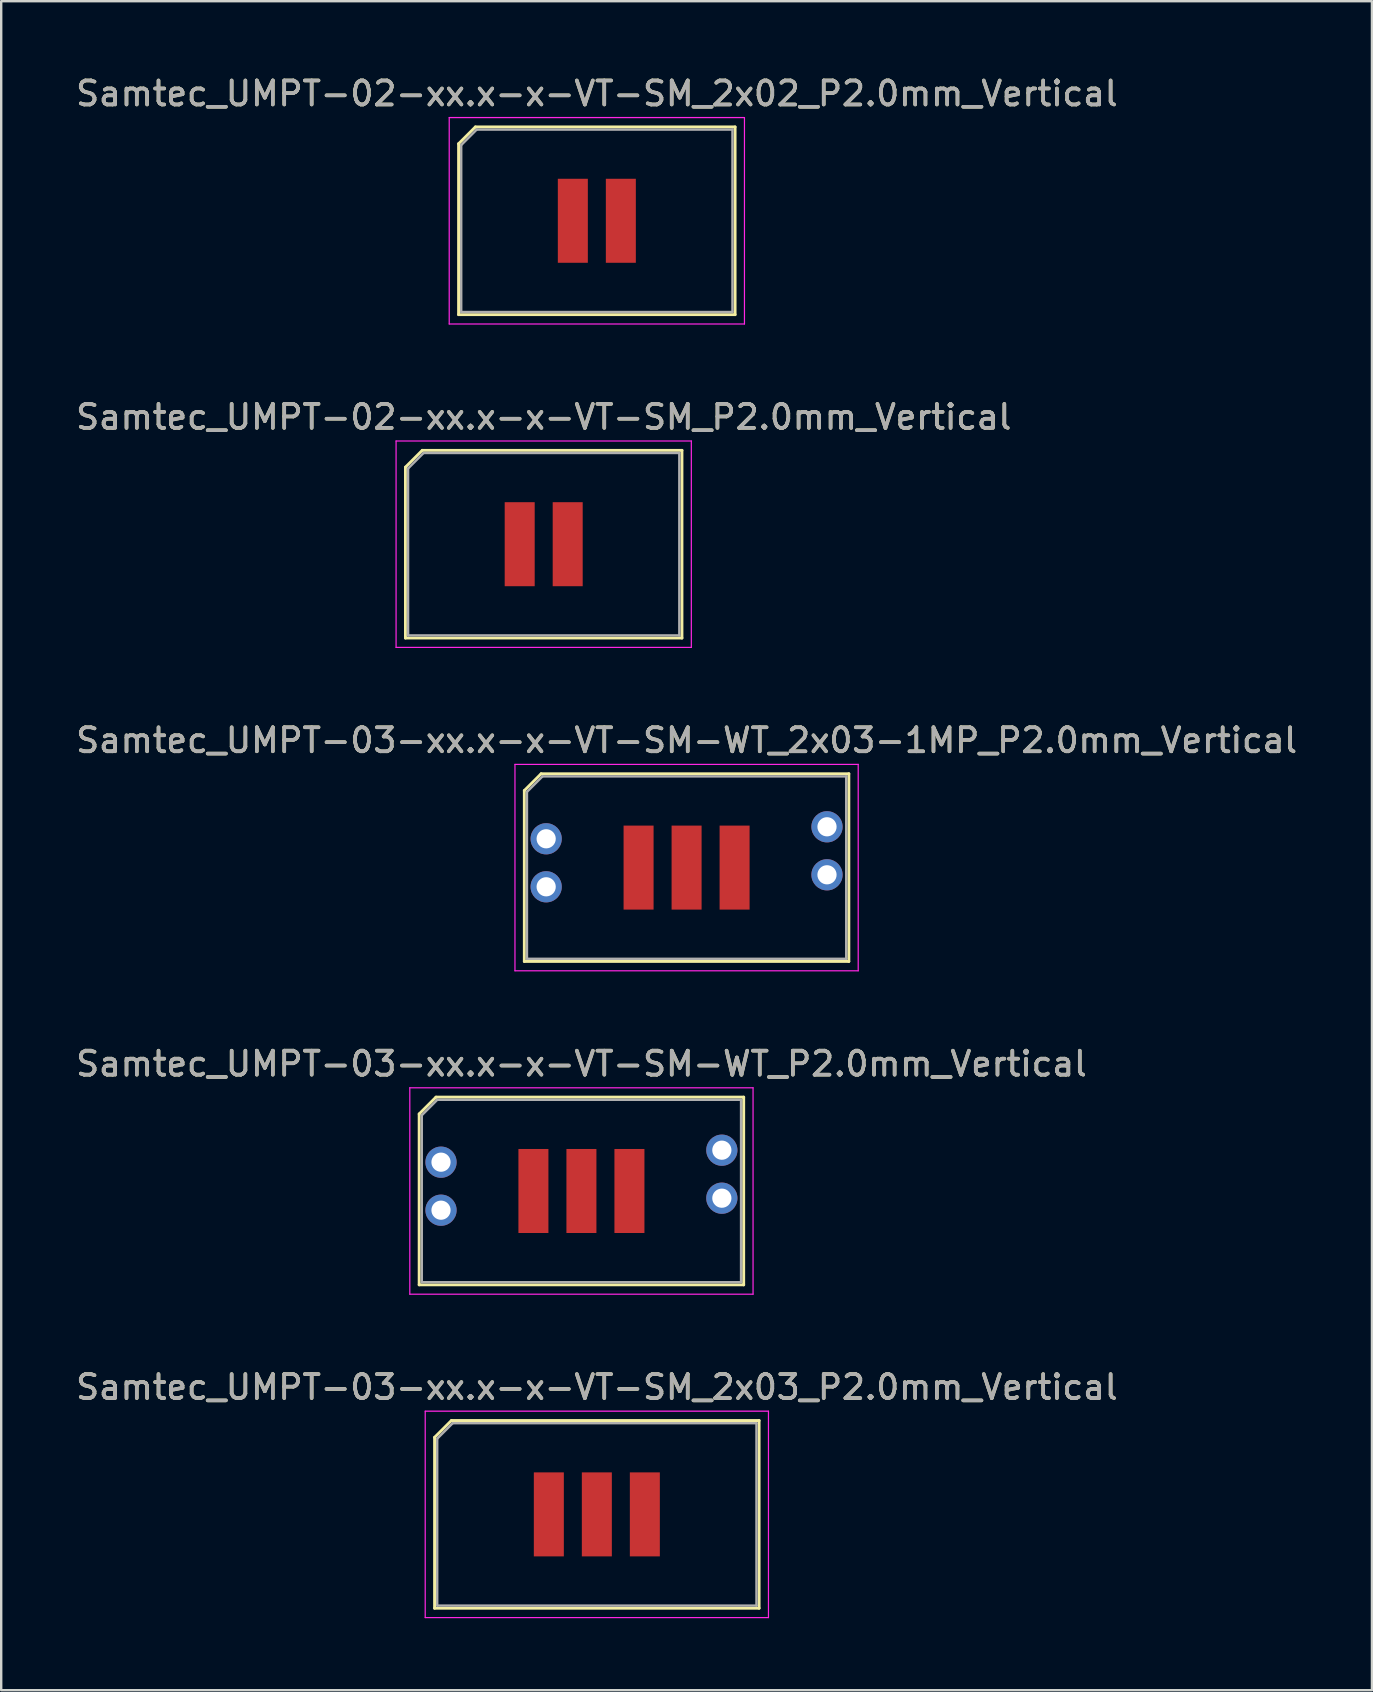
<source format=kicad_pcb>
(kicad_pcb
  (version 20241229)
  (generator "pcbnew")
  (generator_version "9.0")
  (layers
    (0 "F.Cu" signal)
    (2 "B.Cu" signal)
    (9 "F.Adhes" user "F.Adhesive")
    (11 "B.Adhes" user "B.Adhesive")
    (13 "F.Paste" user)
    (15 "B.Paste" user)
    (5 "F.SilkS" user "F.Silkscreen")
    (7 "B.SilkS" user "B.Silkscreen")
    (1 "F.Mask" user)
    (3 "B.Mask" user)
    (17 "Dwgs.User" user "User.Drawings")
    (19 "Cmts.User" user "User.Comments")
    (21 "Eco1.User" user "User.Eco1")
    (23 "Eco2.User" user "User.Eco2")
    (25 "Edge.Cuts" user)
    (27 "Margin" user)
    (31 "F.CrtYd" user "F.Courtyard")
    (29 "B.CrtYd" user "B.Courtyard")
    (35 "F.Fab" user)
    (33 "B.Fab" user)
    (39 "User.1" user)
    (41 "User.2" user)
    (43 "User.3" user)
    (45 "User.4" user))
  (footprint "Samtec_UMPT-03-xx.x-x-VT-SM_2x03_P2.0mm_Vertical"
    (layer "F.Cu")
    (at 21.815 60.041)
    (property "Reference" "Samtec_UMPT-03-xx.x-x-VT-SM_2x03_P2.0mm_Vertical" (at 0 -5.3 0) (layer "F.SilkS") (effects (font (size 1 1) (thickness 0.15))))
    (attr smd)
    (fp_line (start -6.76 -3.209) (end -6.76 3.91) (stroke (width 0.12) (type solid)) (layer "F.SilkS"))
    (fp_line (start -6.76 3.91) (end 6.76 3.91) (stroke (width 0.12) (type solid)) (layer "F.SilkS"))
    (fp_line (start -6.059 -3.91) (end -6.76 -3.209) (stroke (width 0.12) (type solid)) (layer "F.SilkS"))
    (fp_line (start 6.76 -3.91) (end -6.059 -3.91) (stroke (width 0.12) (type solid)) (layer "F.SilkS"))
    (fp_line (start 6.76 3.91) (end 6.76 -3.91) (stroke (width 0.12) (type solid)) (layer "F.SilkS"))
    (fp_line (start -7.15 -4.3) (end -7.15 4.3) (stroke (width 0.05) (type solid)) (layer "F.CrtYd"))
    (fp_line (start -7.15 4.3) (end 7.15 4.3) (stroke (width 0.05) (type solid)) (layer "F.CrtYd"))
    (fp_line (start 7.15 -4.3) (end -7.15 -4.3) (stroke (width 0.05) (type solid)) (layer "F.CrtYd"))
    (fp_line (start 7.15 4.3) (end 7.15 -4.3) (stroke (width 0.05) (type solid)) (layer "F.CrtYd"))
    (fp_line (start -6.65 -3.154) (end -6.65 3.8) (stroke (width 0.1) (type solid)) (layer "F.Fab"))
    (fp_line (start -6.65 3.8) (end 6.65 3.8) (stroke (width 0.1) (type solid)) (layer "F.Fab"))
    (fp_line (start -6.004 -3.8) (end -6.65 -3.154) (stroke (width 0.1) (type solid)) (layer "F.Fab"))
    (fp_line (start 6.65 -3.8) (end -6.004 -3.8) (stroke (width 0.1) (type solid)) (layer "F.Fab"))
    (fp_line (start 6.65 3.8) (end 6.65 -3.8) (stroke (width 0.1) (type solid)) (layer "F.Fab"))
    (fp_text user "${REFERENCE}" (at 0 -5.3 0) (layer "F.Fab") (effects (font (size 1 1) (thickness 0.15))))
    (pad "1" smd rect (at -2 0) (size 1.25 3.5) (layers "F.Cu" "F.Mask" "F.Paste"))
    (pad "2" smd rect (at 0 0) (size 1.25 3.5) (layers "F.Cu" "F.Mask" "F.Paste"))
    (pad "3" smd rect (at 2 0) (size 1.25 3.5) (layers "F.Cu" "F.Mask" "F.Paste")))
  (footprint "Samtec_UMPT-02-xx.x-x-VT-SM_2x02_P2.0mm_Vertical"
    (layer "F.Cu")
    (at 21.815 6.148)
    (property "Reference" "Samtec_UMPT-02-xx.x-x-VT-SM_2x02_P2.0mm_Vertical" (at 0 -5.3 0) (layer "F.SilkS") (effects (font (size 1 1) (thickness 0.15))))
    (attr smd)
    (fp_line (start -5.76 -3.209) (end -5.76 3.91) (stroke (width 0.12) (type solid)) (layer "F.SilkS"))
    (fp_line (start -5.76 3.91) (end 5.76 3.91) (stroke (width 0.12) (type solid)) (layer "F.SilkS"))
    (fp_line (start -5.059 -3.91) (end -5.76 -3.209) (stroke (width 0.12) (type solid)) (layer "F.SilkS"))
    (fp_line (start 5.76 -3.91) (end -5.059 -3.91) (stroke (width 0.12) (type solid)) (layer "F.SilkS"))
    (fp_line (start 5.76 3.91) (end 5.76 -3.91) (stroke (width 0.12) (type solid)) (layer "F.SilkS"))
    (fp_line (start -6.15 -4.3) (end -6.15 4.3) (stroke (width 0.05) (type solid)) (layer "F.CrtYd"))
    (fp_line (start -6.15 4.3) (end 6.15 4.3) (stroke (width 0.05) (type solid)) (layer "F.CrtYd"))
    (fp_line (start 6.15 -4.3) (end -6.15 -4.3) (stroke (width 0.05) (type solid)) (layer "F.CrtYd"))
    (fp_line (start 6.15 4.3) (end 6.15 -4.3) (stroke (width 0.05) (type solid)) (layer "F.CrtYd"))
    (fp_line (start -5.65 -3.154) (end -5.65 3.8) (stroke (width 0.1) (type solid)) (layer "F.Fab"))
    (fp_line (start -5.65 3.8) (end 5.65 3.8) (stroke (width 0.1) (type solid)) (layer "F.Fab"))
    (fp_line (start -5.004 -3.8) (end -5.65 -3.154) (stroke (width 0.1) (type solid)) (layer "F.Fab"))
    (fp_line (start 5.65 -3.8) (end -5.004 -3.8) (stroke (width 0.1) (type solid)) (layer "F.Fab"))
    (fp_line (start 5.65 3.8) (end 5.65 -3.8) (stroke (width 0.1) (type solid)) (layer "F.Fab"))
    (fp_text user "${REFERENCE}" (at 0 -5.3 0) (layer "F.Fab") (effects (font (size 1 1) (thickness 0.15))))
    (pad "1" smd rect (at -1 0) (size 1.25 3.5) (layers "F.Cu" "F.Mask" "F.Paste"))
    (pad "2" smd rect (at 1 0) (size 1.25 3.5) (layers "F.Cu" "F.Mask" "F.Paste")))
  (footprint "Samtec_UMPT-03-xx.x-x-VT-SM-WT_2x03-1MP_P2.0mm_Vertical"
    (layer "F.Cu")
    (at 25.554 33.095)
    (property "Reference" "Samtec_UMPT-03-xx.x-x-VT-SM-WT_2x03-1MP_P2.0mm_Vertical" (at 0 -5.3 0) (layer "F.SilkS") (effects (font (size 1 1) (thickness 0.15))))
    (attr smd)
    (fp_line (start -6.76 -3.209) (end -6.76 3.91) (stroke (width 0.12) (type solid)) (layer "F.SilkS"))
    (fp_line (start -6.76 3.91) (end 6.76 3.91) (stroke (width 0.12) (type solid)) (layer "F.SilkS"))
    (fp_line (start -6.059 -3.91) (end -6.76 -3.209) (stroke (width 0.12) (type solid)) (layer "F.SilkS"))
    (fp_line (start 6.76 -3.91) (end -6.059 -3.91) (stroke (width 0.12) (type solid)) (layer "F.SilkS"))
    (fp_line (start 6.76 3.91) (end 6.76 -3.91) (stroke (width 0.12) (type solid)) (layer "F.SilkS"))
    (fp_line (start -7.15 -4.3) (end -7.15 4.3) (stroke (width 0.05) (type solid)) (layer "F.CrtYd"))
    (fp_line (start -7.15 4.3) (end 7.15 4.3) (stroke (width 0.05) (type solid)) (layer "F.CrtYd"))
    (fp_line (start 7.15 -4.3) (end -7.15 -4.3) (stroke (width 0.05) (type solid)) (layer "F.CrtYd"))
    (fp_line (start 7.15 4.3) (end 7.15 -4.3) (stroke (width 0.05) (type solid)) (layer "F.CrtYd"))
    (fp_line (start -6.65 -3.154) (end -6.65 3.8) (stroke (width 0.1) (type solid)) (layer "F.Fab"))
    (fp_line (start -6.65 3.8) (end 6.65 3.8) (stroke (width 0.1) (type solid)) (layer "F.Fab"))
    (fp_line (start -6.004 -3.8) (end -6.65 -3.154) (stroke (width 0.1) (type solid)) (layer "F.Fab"))
    (fp_line (start 6.65 -3.8) (end -6.004 -3.8) (stroke (width 0.1) (type solid)) (layer "F.Fab"))
    (fp_line (start 6.65 3.8) (end 6.65 -3.8) (stroke (width 0.1) (type solid)) (layer "F.Fab"))
    (fp_text user "${REFERENCE}" (at 0 -5.3 0) (layer "F.Fab") (effects (font (size 1 1) (thickness 0.15))))
    (pad "1" smd rect (at -2 0) (size 1.25 3.5) (layers "F.Cu" "F.Mask" "F.Paste"))
    (pad "2" smd rect (at 0 0) (size 1.25 3.5) (layers "F.Cu" "F.Mask" "F.Paste"))
    (pad "3" smd rect (at 2 0) (size 1.25 3.5) (layers "F.Cu" "F.Mask" "F.Paste"))
    (pad "MP" thru_hole circle (at -5.85 -1.2) (size 1.3 1.3) (drill 0.8) (layers "*.Cu" "*.Mask"))
    (pad "MP" thru_hole circle (at -5.85 0.8) (size 1.3 1.3) (drill 0.8) (layers "*.Cu" "*.Mask"))
    (pad "MP" thru_hole circle (at 5.85 -1.7) (size 1.3 1.3) (drill 0.8) (layers "*.Cu" "*.Mask"))
    (pad "MP" thru_hole circle (at 5.85 0.3) (size 1.3 1.3) (drill 0.8) (layers "*.Cu" "*.Mask")))
  (footprint "Samtec_UMPT-02-xx.x-x-VT-SM_P2.0mm_Vertical"
    (layer "F.Cu")
    (at 19.601 19.622)
    (property "Reference" "Samtec_UMPT-02-xx.x-x-VT-SM_P2.0mm_Vertical" (at 0 -5.3 0) (layer "F.SilkS") (effects (font (size 1 1) (thickness 0.15))))
    (attr smd)
    (fp_line (start -5.76 -3.209) (end -5.76 3.91) (stroke (width 0.12) (type solid)) (layer "F.SilkS"))
    (fp_line (start -5.76 3.91) (end 5.76 3.91) (stroke (width 0.12) (type solid)) (layer "F.SilkS"))
    (fp_line (start -5.059 -3.91) (end -5.76 -3.209) (stroke (width 0.12) (type solid)) (layer "F.SilkS"))
    (fp_line (start 5.76 -3.91) (end -5.059 -3.91) (stroke (width 0.12) (type solid)) (layer "F.SilkS"))
    (fp_line (start 5.76 3.91) (end 5.76 -3.91) (stroke (width 0.12) (type solid)) (layer "F.SilkS"))
    (fp_line (start -6.15 -4.3) (end -6.15 4.3) (stroke (width 0.05) (type solid)) (layer "F.CrtYd"))
    (fp_line (start -6.15 4.3) (end 6.15 4.3) (stroke (width 0.05) (type solid)) (layer "F.CrtYd"))
    (fp_line (start 6.15 -4.3) (end -6.15 -4.3) (stroke (width 0.05) (type solid)) (layer "F.CrtYd"))
    (fp_line (start 6.15 4.3) (end 6.15 -4.3) (stroke (width 0.05) (type solid)) (layer "F.CrtYd"))
    (fp_line (start -5.65 -3.154) (end -5.65 3.8) (stroke (width 0.1) (type solid)) (layer "F.Fab"))
    (fp_line (start -5.65 3.8) (end 5.65 3.8) (stroke (width 0.1) (type solid)) (layer "F.Fab"))
    (fp_line (start -5.004 -3.8) (end -5.65 -3.154) (stroke (width 0.1) (type solid)) (layer "F.Fab"))
    (fp_line (start 5.65 -3.8) (end -5.004 -3.8) (stroke (width 0.1) (type solid)) (layer "F.Fab"))
    (fp_line (start 5.65 3.8) (end 5.65 -3.8) (stroke (width 0.1) (type solid)) (layer "F.Fab"))
    (fp_text user "${REFERENCE}" (at 0 -5.3 0) (layer "F.Fab") (effects (font (size 1 1) (thickness 0.15))))
    (pad "1" smd rect (at -1 0) (size 1.25 3.5) (layers "F.Cu" "F.Mask" "F.Paste"))
    (pad "2" smd rect (at 1 0) (size 1.25 3.5) (layers "F.Cu" "F.Mask" "F.Paste")))
  (footprint "Samtec_UMPT-03-xx.x-x-VT-SM-WT_P2.0mm_Vertical"
    (layer "F.Cu")
    (at 21.173 46.568)
    (property "Reference" "Samtec_UMPT-03-xx.x-x-VT-SM-WT_P2.0mm_Vertical" (at 0 -5.3 0) (layer "F.SilkS") (effects (font (size 1 1) (thickness 0.15))))
    (attr smd)
    (fp_line (start -6.76 -3.209) (end -6.76 3.91) (stroke (width 0.12) (type solid)) (layer "F.SilkS"))
    (fp_line (start -6.76 3.91) (end 6.76 3.91) (stroke (width 0.12) (type solid)) (layer "F.SilkS"))
    (fp_line (start -6.059 -3.91) (end -6.76 -3.209) (stroke (width 0.12) (type solid)) (layer "F.SilkS"))
    (fp_line (start 6.76 -3.91) (end -6.059 -3.91) (stroke (width 0.12) (type solid)) (layer "F.SilkS"))
    (fp_line (start 6.76 3.91) (end 6.76 -3.91) (stroke (width 0.12) (type solid)) (layer "F.SilkS"))
    (fp_line (start -7.15 -4.3) (end -7.15 4.3) (stroke (width 0.05) (type solid)) (layer "F.CrtYd"))
    (fp_line (start -7.15 4.3) (end 7.15 4.3) (stroke (width 0.05) (type solid)) (layer "F.CrtYd"))
    (fp_line (start 7.15 -4.3) (end -7.15 -4.3) (stroke (width 0.05) (type solid)) (layer "F.CrtYd"))
    (fp_line (start 7.15 4.3) (end 7.15 -4.3) (stroke (width 0.05) (type solid)) (layer "F.CrtYd"))
    (fp_line (start -6.65 -3.154) (end -6.65 3.8) (stroke (width 0.1) (type solid)) (layer "F.Fab"))
    (fp_line (start -6.65 3.8) (end 6.65 3.8) (stroke (width 0.1) (type solid)) (layer "F.Fab"))
    (fp_line (start -6.004 -3.8) (end -6.65 -3.154) (stroke (width 0.1) (type solid)) (layer "F.Fab"))
    (fp_line (start 6.65 -3.8) (end -6.004 -3.8) (stroke (width 0.1) (type solid)) (layer "F.Fab"))
    (fp_line (start 6.65 3.8) (end 6.65 -3.8) (stroke (width 0.1) (type solid)) (layer "F.Fab"))
    (fp_text user "${REFERENCE}" (at 0 -5.3 0) (layer "F.Fab") (effects (font (size 1 1) (thickness 0.15))))
    (pad "" thru_hole circle (at -5.85 -1.2) (size 1.3 1.3) (drill 0.8) (layers "*.Cu" "*.Mask"))
    (pad "" thru_hole circle (at -5.85 0.8) (size 1.3 1.3) (drill 0.8) (layers "*.Cu" "*.Mask"))
    (pad "" thru_hole circle (at 5.85 -1.7) (size 1.3 1.3) (drill 0.8) (layers "*.Cu" "*.Mask"))
    (pad "" thru_hole circle (at 5.85 0.3) (size 1.3 1.3) (drill 0.8) (layers "*.Cu" "*.Mask"))
    (pad "1" smd rect (at -2 0) (size 1.25 3.5) (layers "F.Cu" "F.Mask" "F.Paste"))
    (pad "2" smd rect (at 0 0) (size 1.25 3.5) (layers "F.Cu" "F.Mask" "F.Paste"))
    (pad "3" smd rect (at 2 0) (size 1.25 3.5) (layers "F.Cu" "F.Mask" "F.Paste")))
  (gr_rect
    (start -3 -3)
    (end 54.107 67.366)
    (stroke (width 0.1) (type default))
    (fill no)
    (layer "Edge.Cuts")))
</source>
